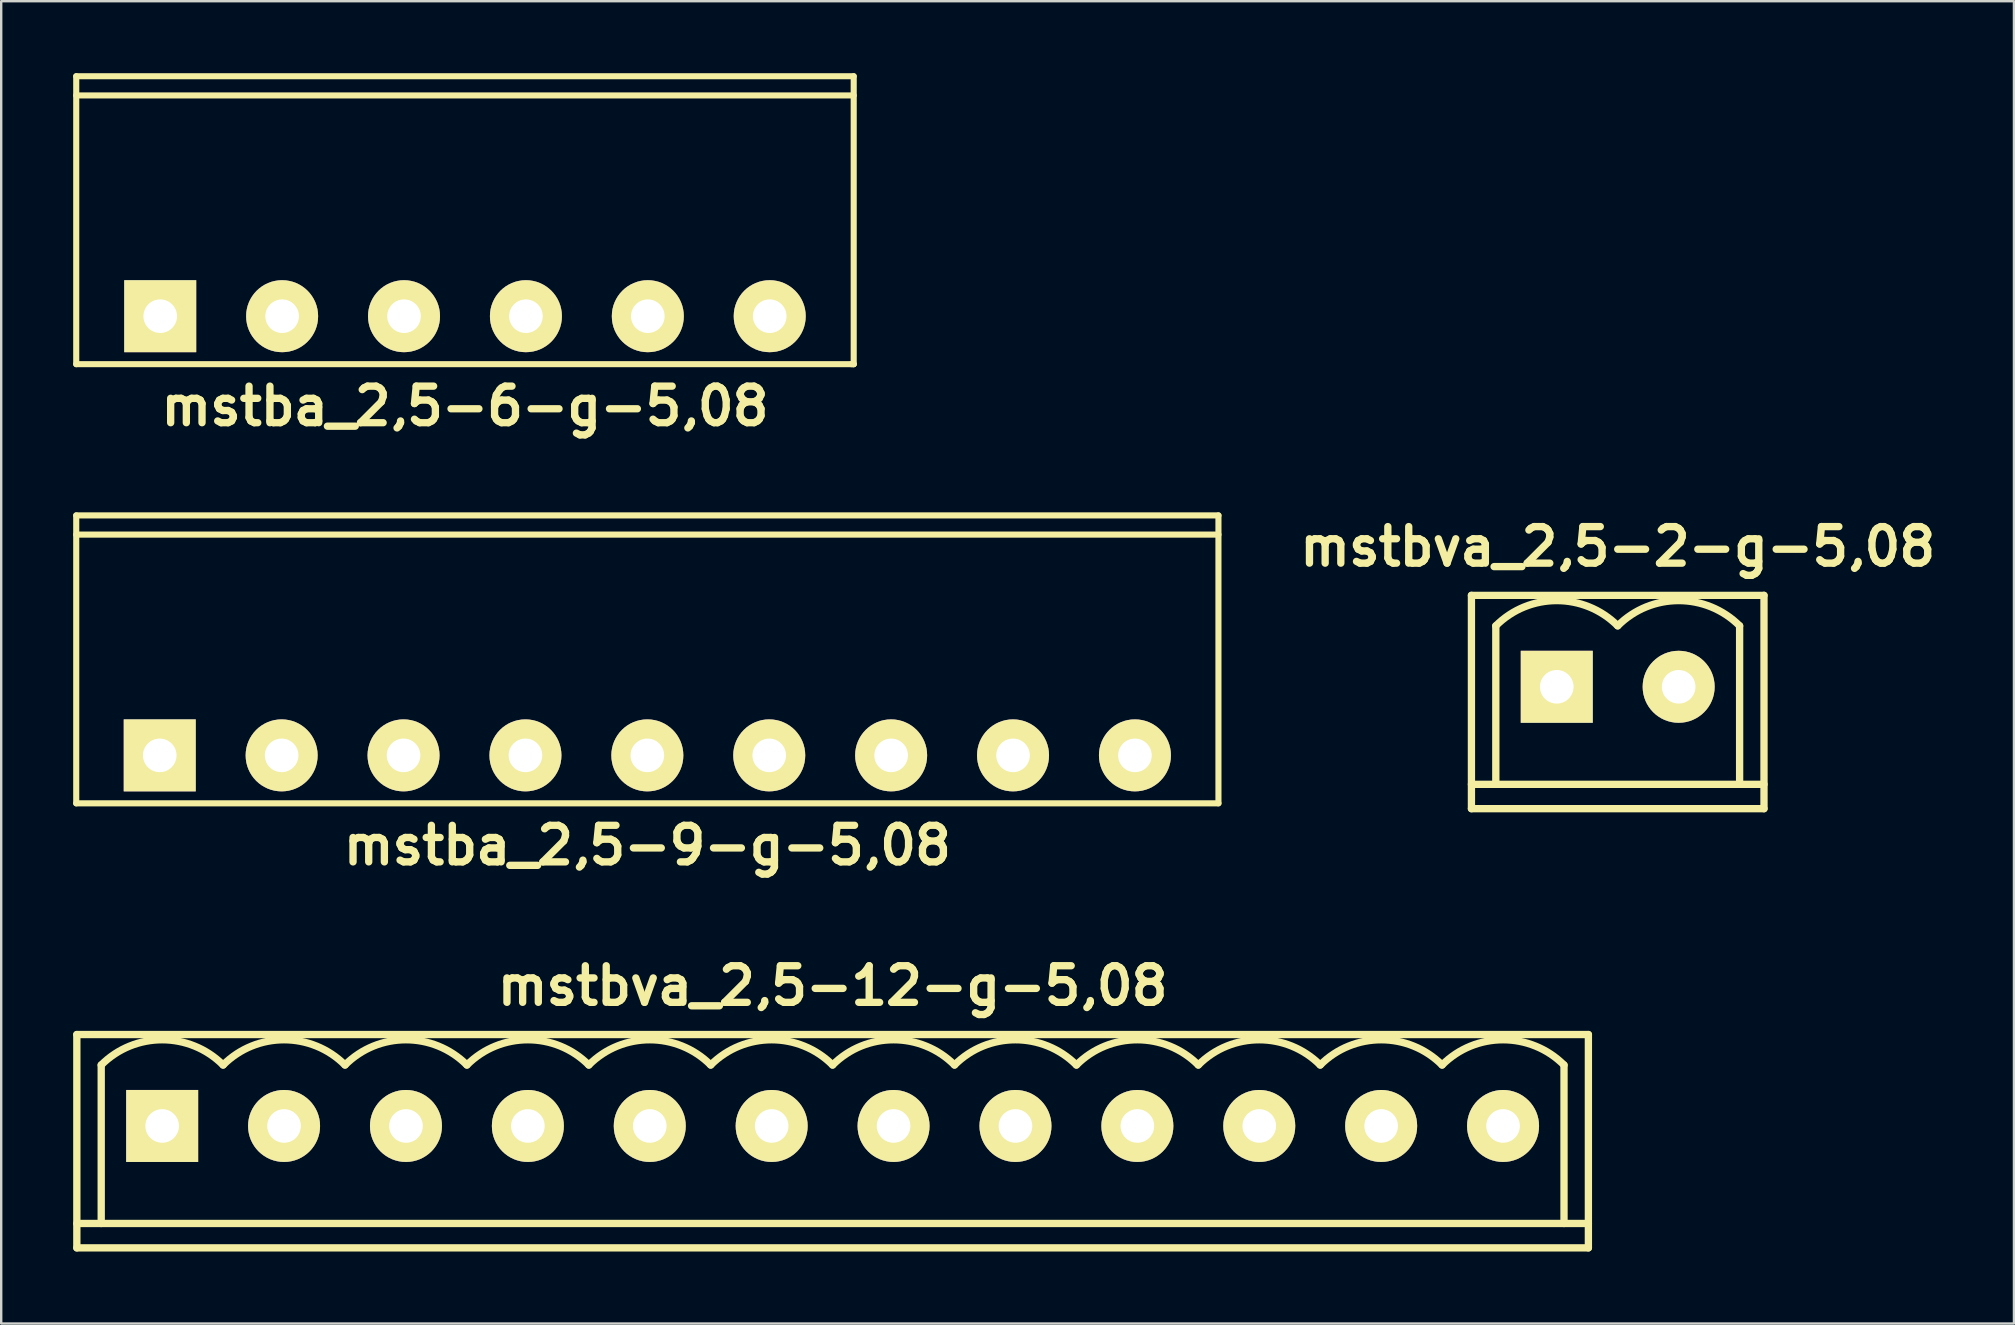
<source format=kicad_pcb>
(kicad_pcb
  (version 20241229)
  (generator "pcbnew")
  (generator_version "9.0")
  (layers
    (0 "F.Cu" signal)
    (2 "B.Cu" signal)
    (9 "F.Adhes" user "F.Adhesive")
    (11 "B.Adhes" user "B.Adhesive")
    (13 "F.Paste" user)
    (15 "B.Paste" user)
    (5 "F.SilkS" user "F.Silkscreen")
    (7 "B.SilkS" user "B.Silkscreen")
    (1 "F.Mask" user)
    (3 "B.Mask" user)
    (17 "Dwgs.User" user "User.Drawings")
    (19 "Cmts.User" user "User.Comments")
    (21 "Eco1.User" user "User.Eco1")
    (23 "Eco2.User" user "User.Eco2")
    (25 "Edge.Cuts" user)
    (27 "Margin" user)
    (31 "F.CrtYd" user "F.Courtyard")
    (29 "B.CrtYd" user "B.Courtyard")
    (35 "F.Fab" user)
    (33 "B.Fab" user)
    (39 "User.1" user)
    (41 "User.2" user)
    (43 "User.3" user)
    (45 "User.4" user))
  (footprint "mstbva_2,5-2-g-5,08"
    (layer "F.Cu")
    (at 64.366 25.571)
    (property "Reference" "mstbva_2,5-2-g-5,08" (at 0 -5.842 0) (layer "F.SilkS") (effects (font (size 1.524 1.524) (thickness 0.305))))
    (attr through_hole)
    (fp_line (start -6.096 -3.81) (end -6.096 5.08) (stroke (width 0.305) (type solid)) (layer "F.SilkS"))
    (fp_line (start -6.096 -3.81) (end 6.096 -3.81) (stroke (width 0.305) (type solid)) (layer "F.SilkS"))
    (fp_line (start -6.096 5.08) (end 6.096 5.08) (stroke (width 0.305) (type solid)) (layer "F.SilkS"))
    (fp_line (start -5.08 -2.54) (end -5.08 4.064) (stroke (width 0.305) (type solid)) (layer "F.SilkS"))
    (fp_line (start 5.08 -2.54) (end 5.08 4.064) (stroke (width 0.305) (type solid)) (layer "F.SilkS"))
    (fp_line (start 6.096 4.064) (end -6.096 4.064) (stroke (width 0.305) (type solid)) (layer "F.SilkS"))
    (fp_line (start 6.096 5.08) (end 6.096 -3.81) (stroke (width 0.305) (type solid)) (layer "F.SilkS"))
    (fp_arc (start -5.08 -2.54) (mid -2.54 -3.592102) (end 0 -2.54) (stroke (width 0.3048) (type solid)) (layer "F.SilkS"))
    (fp_arc (start 0 -2.54) (mid 2.54 -3.592102) (end 5.08 -2.54) (stroke (width 0.3048) (type solid)) (layer "F.SilkS"))
    (pad "1" thru_hole rect (at -2.54 0) (size 3 3) (drill 1.4) (layers "*.Cu" "*.Mask" "F.SilkS"))
    (pad "2" thru_hole circle (at 2.54 0) (size 3 3) (drill 1.4) (layers "*.Cu" "*.Mask" "F.SilkS")))
  (footprint "mstba_2,5-6-g-5,08"
    (layer "F.Cu")
    (at 16.327 10.127)
    (property "Reference" "mstba_2,5-6-g-5,08" (at 0 3.749 0) (layer "F.SilkS") (effects (font (size 1.524 1.524) (thickness 0.305))))
    (attr through_hole)
    (fp_line (start -16.2 -10) (end 16.2 -10) (stroke (width 0.254) (type solid)) (layer "F.SilkS"))
    (fp_line (start -16.2 1.999) (end -16.2 -10) (stroke (width 0.254) (type solid)) (layer "F.SilkS"))
    (fp_line (start -16.2 1.999) (end 16.2 1.999) (stroke (width 0.254) (type solid)) (layer "F.SilkS"))
    (fp_line (start 16.2 -10) (end 16.2 1.999) (stroke (width 0.254) (type solid)) (layer "F.SilkS"))
    (fp_line (start 16.2 -9.2) (end -16.2 -9.2) (stroke (width 0.254) (type solid)) (layer "F.SilkS"))
    (fp_line (start 16.2 1.999) (end 16.101 1.999) (stroke (width 0.254) (type solid)) (layer "F.SilkS"))
    (pad "1" thru_hole rect (at -12.7 0) (size 3 3) (drill 1.4) (layers "*.Cu" "*.Mask" "F.SilkS"))
    (pad "2" thru_hole circle (at -7.62 0) (size 3 3) (drill 1.4) (layers "*.Cu" "*.Mask" "F.SilkS"))
    (pad "3" thru_hole circle (at -2.54 0) (size 3 3) (drill 1.4) (layers "*.Cu" "*.Mask" "F.SilkS"))
    (pad "4" thru_hole circle (at 2.54 0) (size 3 3) (drill 1.4) (layers "*.Cu" "*.Mask" "F.SilkS"))
    (pad "5" thru_hole circle (at 7.62 0) (size 3 3) (drill 1.4) (layers "*.Cu" "*.Mask" "F.SilkS"))
    (pad "6" thru_hole circle (at 12.7 0) (size 3 3) (drill 1.4) (layers "*.Cu" "*.Mask" "F.SilkS")))
  (footprint "mstbva_2,5-12-g-5,08"
    (layer "F.Cu")
    (at 31.648 43.873)
    (property "Reference" "mstbva_2,5-12-g-5,08" (at 0 -5.842 0) (layer "F.SilkS") (effects (font (size 1.524 1.524) (thickness 0.305))))
    (attr through_hole)
    (fp_line (start -31.496 -3.81) (end -31.496 5.08) (stroke (width 0.305) (type solid)) (layer "F.SilkS"))
    (fp_line (start -31.496 4.064) (end 31.496 4.064) (stroke (width 0.305) (type solid)) (layer "F.SilkS"))
    (fp_line (start -30.48 -2.54) (end -30.48 4.064) (stroke (width 0.305) (type solid)) (layer "F.SilkS"))
    (fp_line (start 30.48 -2.54) (end 30.48 4.064) (stroke (width 0.305) (type solid)) (layer "F.SilkS"))
    (fp_line (start 31.496 -3.81) (end -31.496 -3.81) (stroke (width 0.305) (type solid)) (layer "F.SilkS"))
    (fp_line (start 31.496 5.08) (end -31.496 5.08) (stroke (width 0.305) (type solid)) (layer "F.SilkS"))
    (fp_line (start 31.496 5.08) (end 31.496 -3.81) (stroke (width 0.305) (type solid)) (layer "F.SilkS"))
    (fp_arc (start -30.48 -2.54) (mid -27.94 -3.592102) (end -25.4 -2.54) (stroke (width 0.3048) (type solid)) (layer "F.SilkS"))
    (fp_arc (start -25.4 -2.54) (mid -22.86 -3.592102) (end -20.32 -2.54) (stroke (width 0.3048) (type solid)) (layer "F.SilkS"))
    (fp_arc (start -20.32 -2.54) (mid -17.78 -3.592102) (end -15.24 -2.54) (stroke (width 0.3048) (type solid)) (layer "F.SilkS"))
    (fp_arc (start -15.24 -2.54) (mid -12.7 -3.592102) (end -10.16 -2.54) (stroke (width 0.3048) (type solid)) (layer "F.SilkS"))
    (fp_arc (start -10.16 -2.54) (mid -7.62 -3.592102) (end -5.08 -2.54) (stroke (width 0.3048) (type solid)) (layer "F.SilkS"))
    (fp_arc (start -5.08 -2.54) (mid -2.54 -3.592102) (end 0 -2.54) (stroke (width 0.3048) (type solid)) (layer "F.SilkS"))
    (fp_arc (start 0 -2.54) (mid 2.54 -3.592102) (end 5.08 -2.54) (stroke (width 0.3048) (type solid)) (layer "F.SilkS"))
    (fp_arc (start 5.08 -2.54) (mid 7.62 -3.592102) (end 10.16 -2.54) (stroke (width 0.3048) (type solid)) (layer "F.SilkS"))
    (fp_arc (start 10.16 -2.54) (mid 12.7 -3.592102) (end 15.24 -2.54) (stroke (width 0.3048) (type solid)) (layer "F.SilkS"))
    (fp_arc (start 15.24 -2.54) (mid 17.78 -3.592102) (end 20.32 -2.54) (stroke (width 0.3048) (type solid)) (layer "F.SilkS"))
    (fp_arc (start 20.32 -2.54) (mid 22.86 -3.592102) (end 25.4 -2.54) (stroke (width 0.3048) (type solid)) (layer "F.SilkS"))
    (fp_arc (start 25.4 -2.54) (mid 27.94 -3.592102) (end 30.48 -2.54) (stroke (width 0.3048) (type solid)) (layer "F.SilkS"))
    (pad "1" thru_hole rect (at -27.94 0) (size 3 3) (drill 1.4) (layers "*.Cu" "*.Mask" "F.SilkS"))
    (pad "2" thru_hole circle (at -22.86 0) (size 3 3) (drill 1.4) (layers "*.Cu" "*.Mask" "F.SilkS"))
    (pad "3" thru_hole circle (at -17.78 0) (size 3 3) (drill 1.4) (layers "*.Cu" "*.Mask" "F.SilkS"))
    (pad "4" thru_hole circle (at -12.7 0) (size 3 3) (drill 1.4) (layers "*.Cu" "*.Mask" "F.SilkS"))
    (pad "5" thru_hole circle (at -7.62 0) (size 3 3) (drill 1.4) (layers "*.Cu" "*.Mask" "F.SilkS"))
    (pad "6" thru_hole circle (at -2.54 0) (size 3 3) (drill 1.4) (layers "*.Cu" "*.Mask" "F.SilkS"))
    (pad "7" thru_hole circle (at 2.54 0) (size 3 3) (drill 1.4) (layers "*.Cu" "*.Mask" "F.SilkS"))
    (pad "8" thru_hole circle (at 7.62 0) (size 3 3) (drill 1.4) (layers "*.Cu" "*.Mask" "F.SilkS"))
    (pad "9" thru_hole circle (at 12.7 0) (size 3 3) (drill 1.4) (layers "*.Cu" "*.Mask" "F.SilkS"))
    (pad "10" thru_hole circle (at 17.78 0) (size 3 3) (drill 1.4) (layers "*.Cu" "*.Mask" "F.SilkS"))
    (pad "11" thru_hole circle (at 22.86 0) (size 3 3) (drill 1.4) (layers "*.Cu" "*.Mask" "F.SilkS"))
    (pad "12" thru_hole circle (at 27.94 0) (size 3 3) (drill 1.4) (layers "*.Cu" "*.Mask" "F.SilkS")))
  (footprint "mstba_2,5-9-g-5,08"
    (layer "F.Cu")
    (at 23.927 28.429)
    (property "Reference" "mstba_2,5-9-g-5,08" (at 0 3.749 0) (layer "F.SilkS") (effects (font (size 1.524 1.524) (thickness 0.305))))
    (attr through_hole)
    (fp_line (start -23.8 -10) (end -23.8 1.999) (stroke (width 0.254) (type solid)) (layer "F.SilkS"))
    (fp_line (start -23.8 -9.2) (end 23.8 -9.2) (stroke (width 0.254) (type solid)) (layer "F.SilkS"))
    (fp_line (start -23.8 1.999) (end 23.8 1.999) (stroke (width 0.254) (type solid)) (layer "F.SilkS"))
    (fp_line (start 23.8 -10) (end -23.8 -10) (stroke (width 0.254) (type solid)) (layer "F.SilkS"))
    (fp_line (start 23.8 1.999) (end 23.8 -10) (stroke (width 0.254) (type solid)) (layer "F.SilkS"))
    (pad "1" thru_hole rect (at -20.32 0) (size 3 3) (drill 1.4) (layers "*.Cu" "*.Mask" "F.SilkS"))
    (pad "2" thru_hole circle (at -15.24 0) (size 3 3) (drill 1.4) (layers "*.Cu" "*.Mask" "F.SilkS"))
    (pad "3" thru_hole circle (at -10.16 0) (size 3 3) (drill 1.4) (layers "*.Cu" "*.Mask" "F.SilkS"))
    (pad "4" thru_hole circle (at -5.08 0) (size 3 3) (drill 1.4) (layers "*.Cu" "*.Mask" "F.SilkS"))
    (pad "5" thru_hole circle (at 0 0) (size 3 3) (drill 1.4) (layers "*.Cu" "*.Mask" "F.SilkS"))
    (pad "6" thru_hole circle (at 5.08 0) (size 3 3) (drill 1.4) (layers "*.Cu" "*.Mask" "F.SilkS"))
    (pad "7" thru_hole circle (at 10.16 0) (size 3 3) (drill 1.4) (layers "*.Cu" "*.Mask" "F.SilkS"))
    (pad "8" thru_hole circle (at 15.24 0) (size 3 3) (drill 1.4) (layers "*.Cu" "*.Mask" "F.SilkS"))
    (pad "9" thru_hole circle (at 20.32 0) (size 3 3) (drill 1.4) (layers "*.Cu" "*.Mask" "F.SilkS")))
  (gr_rect
    (start -3 -3)
    (end 80.879 52.106)
    (stroke (width 0.1) (type default))
    (fill no)
    (layer "Edge.Cuts")))
</source>
